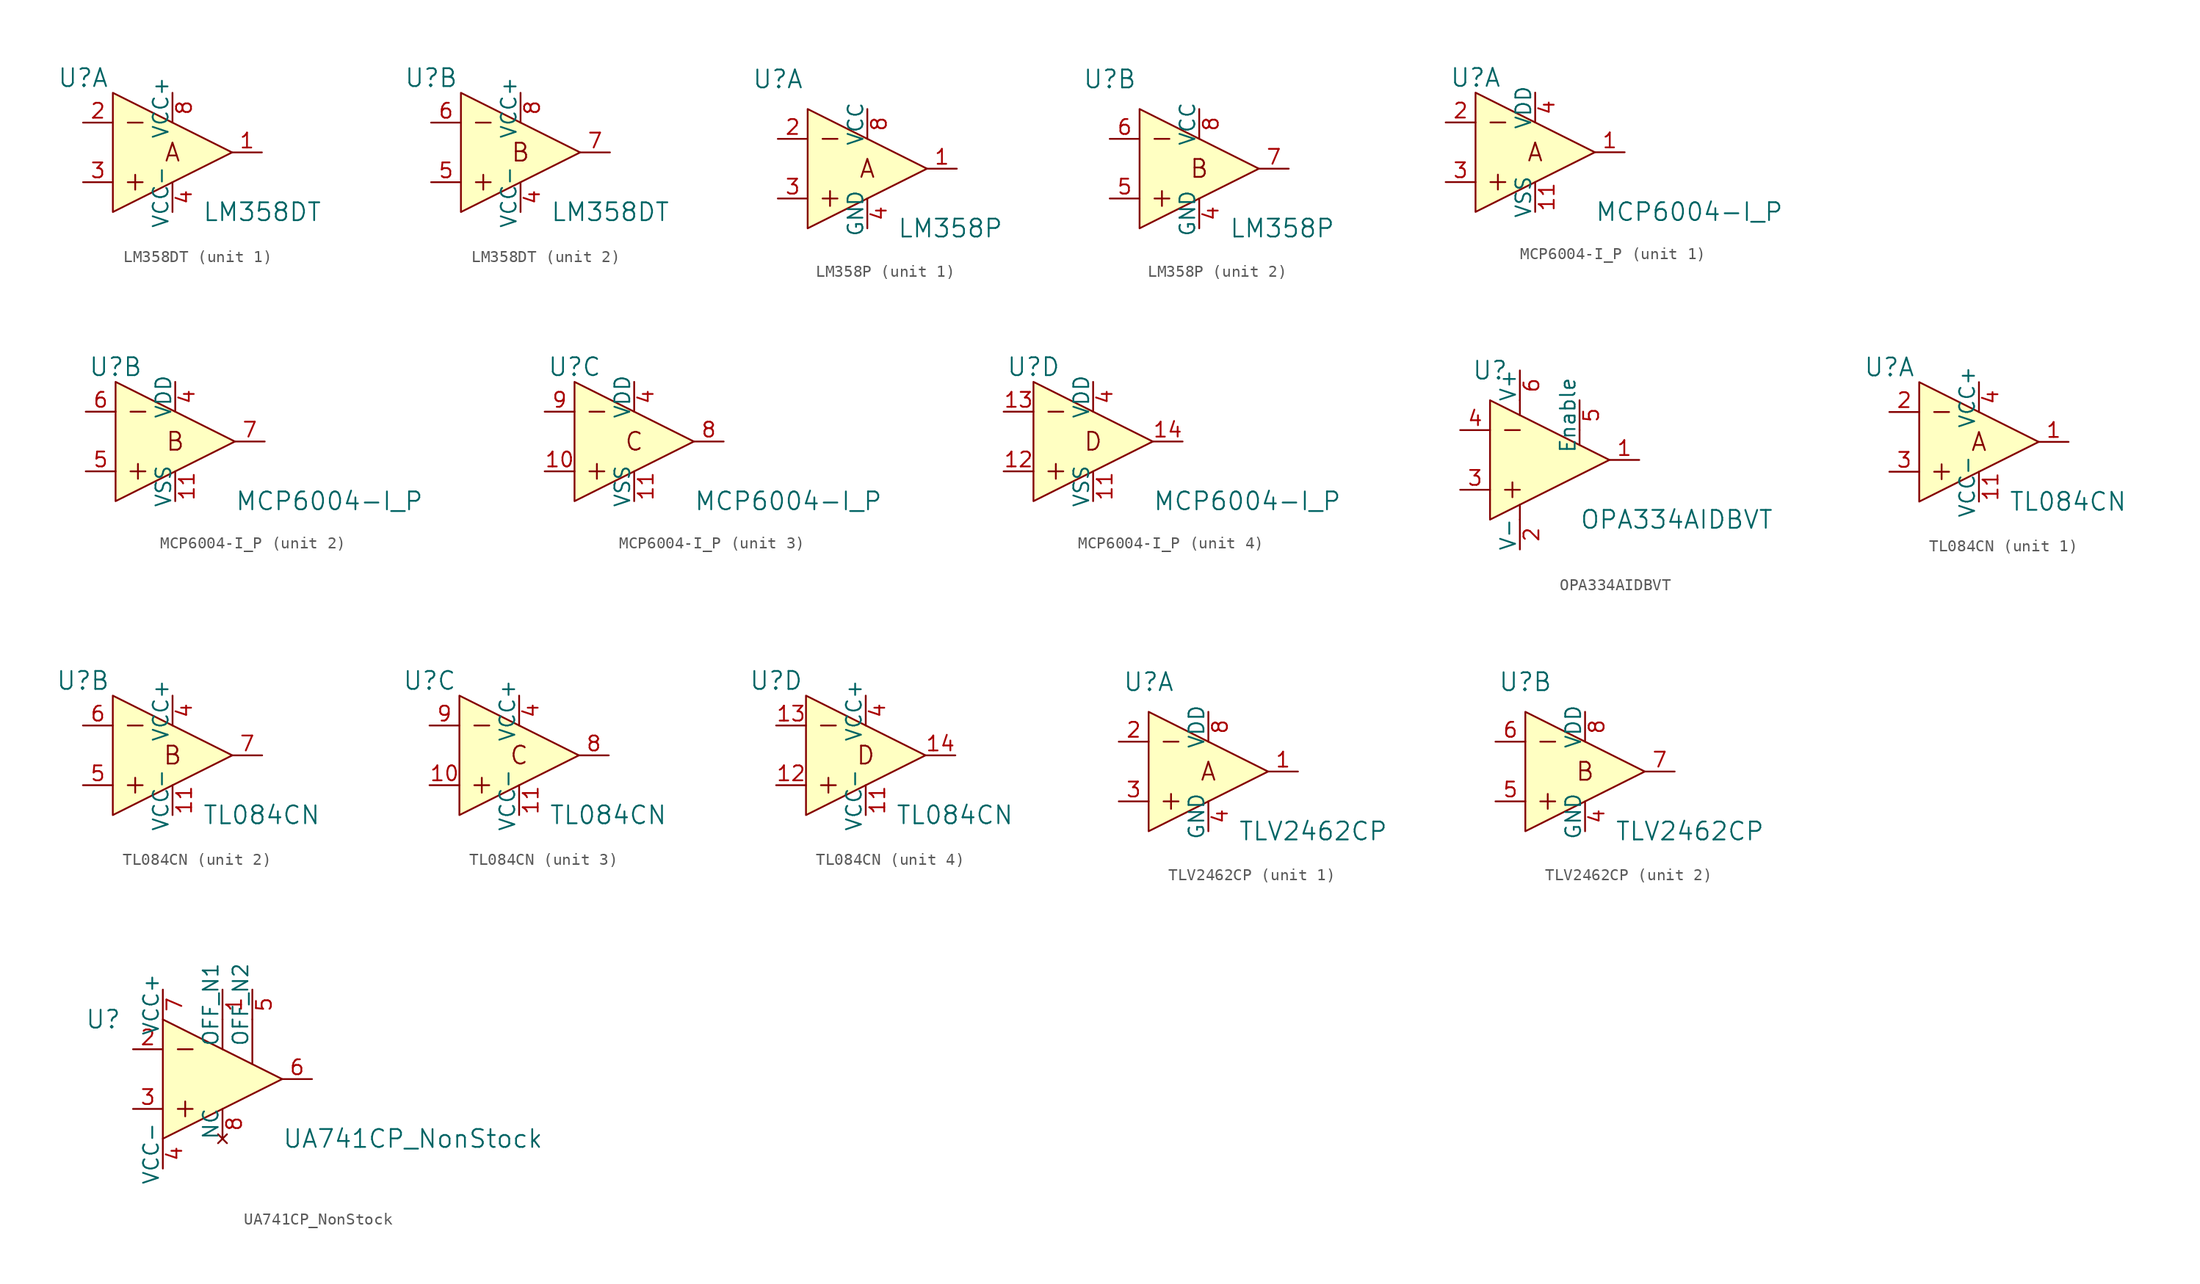
<source format=kicad_sym>
(kicad_symbol_lib
  (version 20211014)
  (generator kicad_symbol_editor)
  (symbol "LM358DT"
    (pin_names
      (offset 0))
    (property "Reference" "U"
      (at -7.62 6.35 0)
      (effects (font (size 1.524 1.524))))
    (property "Value" "LM358DT"
      (at 2.54 -5.08 0)
      (effects (font (size 1.524 1.524)) (justify left)))
    (property "ki_locked" ""
      (at 0 0 0)
      (effects (font (size 1.27 1.27))))
    (symbol "LM358DT_0_1"
      (polyline (pts (xy -3.81 -2.54) (xy -2.54 -2.54)) (stroke (width 0) (type default) (color 0 0 0 0)) (fill (type none)))
      (polyline (pts (xy -3.81 2.54) (xy -2.54 2.54)) (stroke (width 0) (type default) (color 0 0 0 0)) (fill (type none)))
      (polyline (pts (xy -3.175 -1.905) (xy -3.175 -3.175)) (stroke (width 0) (type default) (color 0 0 0 0)) (fill (type none)))
      (polyline (pts (xy -5.08 5.08) (xy -5.08 -5.08) (xy 5.08 0) (xy -5.08 5.08)) (stroke (width 0) (type default) (color 0 0 0 0)) (fill (type background))))
    (symbol "LM358DT_1_0"
      (text "A" (at 0 0 0) (effects (font (size 1.524 1.524)))))
    (symbol "LM358DT_1_1"
      (pin output line (at 7.62 0 180) (length 2.54) (name "~" (effects (font (size 1.27 1.27)))) (number "1" (effects (font (size 1.27 1.27)))))
      (pin input line (at -7.62 2.54 0) (length 2.54) (name "~" (effects (font (size 1.27 1.27)))) (number "2" (effects (font (size 1.27 1.27)))))
      (pin input line (at -7.62 -2.54 0) (length 2.54) (name "~" (effects (font (size 1.27 1.27)))) (number "3" (effects (font (size 1.27 1.27)))))
      (pin power_in line (at 0 -5.08 90) (length 2.54) (name "VCC-" (effects (font (size 1.27 1.27)))) (number "4" (effects (font (size 1.27 1.27)))))
      (pin power_in line (at 0 5.08 270) (length 2.54) (name "VCC+" (effects (font (size 1.27 1.27)))) (number "8" (effects (font (size 1.27 1.27))))))
    (symbol "LM358DT_2_0"
      (text "B" (at 0 0 0) (effects (font (size 1.524 1.524)))))
    (symbol "LM358DT_2_1"
      (pin power_in line (at 0 -5.08 90) (length 2.54) (name "VCC-" (effects (font (size 1.27 1.27)))) (number "4" (effects (font (size 1.27 1.27)))))
      (pin input line (at -7.62 -2.54 0) (length 2.54) (name "~" (effects (font (size 1.27 1.27)))) (number "5" (effects (font (size 1.27 1.27)))))
      (pin input line (at -7.62 2.54 0) (length 2.54) (name "~" (effects (font (size 1.27 1.27)))) (number "6" (effects (font (size 1.27 1.27)))))
      (pin output line (at 7.62 0 180) (length 2.54) (name "~" (effects (font (size 1.27 1.27)))) (number "7" (effects (font (size 1.27 1.27)))))
      (pin power_in line (at 0 5.08 270) (length 2.54) (name "VCC+" (effects (font (size 1.27 1.27)))) (number "8" (effects (font (size 1.27 1.27)))))))
  (symbol "LM358P"
    (pin_names
      (offset 0))
    (property "Reference" "U"
      (at -7.62 7.62 0)
      (effects (font (size 1.524 1.524))))
    (property "Value" "LM358P"
      (at 2.54 -5.08 0)
      (effects (font (size 1.524 1.524)) (justify left)))
    (property "ki_locked" ""
      (at 0 0 0)
      (effects (font (size 1.27 1.27))))
    (symbol "LM358P_0_1"
      (polyline (pts (xy -3.81 -2.54) (xy -2.54 -2.54)) (stroke (width 0) (type default) (color 0 0 0 0)) (fill (type none)))
      (polyline (pts (xy -3.81 2.54) (xy -2.54 2.54)) (stroke (width 0) (type default) (color 0 0 0 0)) (fill (type none)))
      (polyline (pts (xy -3.175 -1.905) (xy -3.175 -3.175)) (stroke (width 0) (type default) (color 0 0 0 0)) (fill (type none)))
      (polyline (pts (xy -5.08 5.08) (xy -5.08 -5.08) (xy 5.08 0) (xy -5.08 5.08)) (stroke (width 0) (type default) (color 0 0 0 0)) (fill (type background))))
    (symbol "LM358P_1_0"
      (text "A" (at 0 0 0) (effects (font (size 1.524 1.524)))))
    (symbol "LM358P_1_1"
      (pin output line (at 7.62 0 180) (length 2.54) (name "~" (effects (font (size 1.27 1.27)))) (number "1" (effects (font (size 1.27 1.27)))))
      (pin input line (at -7.62 2.54 0) (length 2.54) (name "~" (effects (font (size 1.27 1.27)))) (number "2" (effects (font (size 1.27 1.27)))))
      (pin input line (at -7.62 -2.54 0) (length 2.54) (name "~" (effects (font (size 1.27 1.27)))) (number "3" (effects (font (size 1.27 1.27)))))
      (pin power_in line (at 0 -5.08 90) (length 2.54) (name "GND" (effects (font (size 1.27 1.27)))) (number "4" (effects (font (size 1.27 1.27)))))
      (pin power_in line (at 0 5.08 270) (length 2.54) (name "VCC" (effects (font (size 1.27 1.27)))) (number "8" (effects (font (size 1.27 1.27))))))
    (symbol "LM358P_2_0"
      (text "B" (at 0 0 0) (effects (font (size 1.524 1.524)))))
    (symbol "LM358P_2_1"
      (pin power_in line (at 0 -5.08 90) (length 2.54) (name "GND" (effects (font (size 1.27 1.27)))) (number "4" (effects (font (size 1.27 1.27)))))
      (pin input line (at -7.62 -2.54 0) (length 2.54) (name "~" (effects (font (size 1.27 1.27)))) (number "5" (effects (font (size 1.27 1.27)))))
      (pin input line (at -7.62 2.54 0) (length 2.54) (name "~" (effects (font (size 1.27 1.27)))) (number "6" (effects (font (size 1.27 1.27)))))
      (pin output line (at 7.62 0 180) (length 2.54) (name "~" (effects (font (size 1.27 1.27)))) (number "7" (effects (font (size 1.27 1.27)))))
      (pin power_in line (at 0 5.08 270) (length 2.54) (name "VCC" (effects (font (size 1.27 1.27)))) (number "8" (effects (font (size 1.27 1.27)))))))
  (symbol "MCP6004-I_P"
    (pin_names
      (offset 0))
    (property "Reference" "U"
      (at -5.08 6.35 0)
      (effects (font (size 1.524 1.524))))
    (property "Value" "MCP6004-I_P"
      (at 5.08 -5.08 0)
      (effects (font (size 1.524 1.524)) (justify left)))
    (property "ki_locked" ""
      (at 0 0 0)
      (effects (font (size 1.27 1.27))))
    (symbol "MCP6004-I_P_0_0"
      (polyline (pts (xy -3.81 -2.54) (xy -2.54 -2.54)) (stroke (width 0) (type default) (color 0 0 0 0)) (fill (type none)))
      (polyline (pts (xy -3.81 2.54) (xy -2.54 2.54)) (stroke (width 0) (type default) (color 0 0 0 0)) (fill (type none)))
      (polyline (pts (xy -3.175 -1.905) (xy -3.175 -3.175)) (stroke (width 0) (type default) (color 0 0 0 0)) (fill (type none)))
      (polyline (pts (xy -5.08 5.08) (xy -5.08 -5.08) (xy 5.08 0) (xy -5.08 5.08)) (stroke (width 0) (type default) (color 0 0 0 0)) (fill (type background))))
    (symbol "MCP6004-I_P_1_0"
      (text "A" (at 0 0 0) (effects (font (size 1.524 1.524)))))
    (symbol "MCP6004-I_P_1_1"
      (pin output line (at 7.62 0 180) (length 2.54) (name "~" (effects (font (size 1.27 1.27)))) (number "1" (effects (font (size 1.27 1.27)))))
      (pin power_in line (at 0 -5.08 90) (length 2.54) (name "VSS" (effects (font (size 1.27 1.27)))) (number "11" (effects (font (size 1.27 1.27)))))
      (pin input line (at -7.62 2.54 0) (length 2.54) (name "~" (effects (font (size 1.27 1.27)))) (number "2" (effects (font (size 1.27 1.27)))))
      (pin input line (at -7.62 -2.54 0) (length 2.54) (name "~" (effects (font (size 1.27 1.27)))) (number "3" (effects (font (size 1.27 1.27)))))
      (pin power_in line (at 0 5.08 270) (length 2.54) (name "VDD" (effects (font (size 1.27 1.27)))) (number "4" (effects (font (size 1.27 1.27))))))
    (symbol "MCP6004-I_P_2_0"
      (text "B" (at 0 0 0) (effects (font (size 1.524 1.524)))))
    (symbol "MCP6004-I_P_2_1"
      (pin power_in line (at 0 -5.08 90) (length 2.54) (name "VSS" (effects (font (size 1.27 1.27)))) (number "11" (effects (font (size 1.27 1.27)))))
      (pin power_in line (at 0 5.08 270) (length 2.54) (name "VDD" (effects (font (size 1.27 1.27)))) (number "4" (effects (font (size 1.27 1.27)))))
      (pin input line (at -7.62 -2.54 0) (length 2.54) (name "~" (effects (font (size 1.27 1.27)))) (number "5" (effects (font (size 1.27 1.27)))))
      (pin input line (at -7.62 2.54 0) (length 2.54) (name "~" (effects (font (size 1.27 1.27)))) (number "6" (effects (font (size 1.27 1.27)))))
      (pin output line (at 7.62 0 180) (length 2.54) (name "~" (effects (font (size 1.27 1.27)))) (number "7" (effects (font (size 1.27 1.27))))))
    (symbol "MCP6004-I_P_3_0"
      (text "C" (at 0 0 0) (effects (font (size 1.524 1.524)))))
    (symbol "MCP6004-I_P_3_1"
      (pin input line (at -7.62 -2.54 0) (length 2.54) (name "~" (effects (font (size 1.27 1.27)))) (number "10" (effects (font (size 1.27 1.27)))))
      (pin power_in line (at 0 -5.08 90) (length 2.54) (name "VSS" (effects (font (size 1.27 1.27)))) (number "11" (effects (font (size 1.27 1.27)))))
      (pin power_in line (at 0 5.08 270) (length 2.54) (name "VDD" (effects (font (size 1.27 1.27)))) (number "4" (effects (font (size 1.27 1.27)))))
      (pin output line (at 7.62 0 180) (length 2.54) (name "~" (effects (font (size 1.27 1.27)))) (number "8" (effects (font (size 1.27 1.27)))))
      (pin input line (at -7.62 2.54 0) (length 2.54) (name "~" (effects (font (size 1.27 1.27)))) (number "9" (effects (font (size 1.27 1.27))))))
    (symbol "MCP6004-I_P_4_0"
      (text "D" (at 0 0 0) (effects (font (size 1.524 1.524)))))
    (symbol "MCP6004-I_P_4_1"
      (pin power_in line (at 0 -5.08 90) (length 2.54) (name "VSS" (effects (font (size 1.27 1.27)))) (number "11" (effects (font (size 1.27 1.27)))))
      (pin input line (at -7.62 -2.54 0) (length 2.54) (name "~" (effects (font (size 1.27 1.27)))) (number "12" (effects (font (size 1.27 1.27)))))
      (pin input line (at -7.62 2.54 0) (length 2.54) (name "~" (effects (font (size 1.27 1.27)))) (number "13" (effects (font (size 1.27 1.27)))))
      (pin output line (at 7.62 0 180) (length 2.54) (name "~" (effects (font (size 1.27 1.27)))) (number "14" (effects (font (size 1.27 1.27)))))
      (pin power_in line (at 0 5.08 270) (length 2.54) (name "VDD" (effects (font (size 1.27 1.27)))) (number "4" (effects (font (size 1.27 1.27)))))))
  (symbol "OPA334AIDBVT"
    (pin_names
      (offset 0))
    (property "Reference" "U"
      (at -5.08 7.62 0)
      (effects (font (size 1.524 1.524))))
    (property "Value" "OPA334AIDBVT"
      (at 2.54 -5.08 0)
      (effects (font (size 1.524 1.524)) (justify left)))
    (symbol "OPA334AIDBVT_0_0"
      (polyline (pts (xy -3.81 -2.54) (xy -2.54 -2.54)) (stroke (width 0) (type default) (color 0 0 0 0)) (fill (type none)))
      (polyline (pts (xy -3.81 2.54) (xy -2.54 2.54)) (stroke (width 0) (type default) (color 0 0 0 0)) (fill (type none)))
      (polyline (pts (xy -3.175 -1.905) (xy -3.175 -3.175)) (stroke (width 0) (type default) (color 0 0 0 0)) (fill (type none)))
      (polyline (pts (xy -2.54 -5.08) (xy -2.54 -3.81)) (stroke (width 0) (type default) (color 0 0 0 0)) (fill (type none)))
      (polyline (pts (xy -5.08 5.08) (xy -5.08 -5.08) (xy 5.08 0) (xy -5.08 5.08)) (stroke (width 0) (type default) (color 0 0 0 0)) (fill (type background))))
    (symbol "OPA334AIDBVT_1_0"
      (polyline (pts (xy -2.54 5.08) (xy -2.54 3.81)) (stroke (width 0) (type default) (color 0 0 0 0)) (fill (type none)))
      (polyline (pts (xy 2.54 2.54) (xy 2.54 1.27)) (stroke (width 0) (type default) (color 0 0 0 0)) (fill (type none))))
    (symbol "OPA334AIDBVT_1_1"
      (pin output line (at 7.62 0 180) (length 2.54) (name "~" (effects (font (size 1.27 1.27)))) (number "1" (effects (font (size 1.27 1.27)))))
      (pin power_in line (at -2.54 -7.62 90) (length 2.54) (name "V-" (effects (font (size 1.27 1.27)))) (number "2" (effects (font (size 1.27 1.27)))))
      (pin input line (at -7.62 -2.54 0) (length 2.54) (name "~" (effects (font (size 1.27 1.27)))) (number "3" (effects (font (size 1.27 1.27)))))
      (pin input line (at -7.62 2.54 0) (length 2.54) (name "~" (effects (font (size 1.27 1.27)))) (number "4" (effects (font (size 1.27 1.27)))))
      (pin input line (at 2.54 5.08 270) (length 2.54) (name "Enable" (effects (font (size 1.27 1.27)))) (number "5" (effects (font (size 1.27 1.27)))))
      (pin power_in line (at -2.54 7.62 270) (length 2.54) (name "V+" (effects (font (size 1.27 1.27)))) (number "6" (effects (font (size 1.27 1.27)))))))
  (symbol "TL084CN"
    (pin_names
      (offset 0))
    (property "Reference" "U"
      (at -7.62 6.35 0)
      (effects (font (size 1.524 1.524))))
    (property "Value" "TL084CN"
      (at 2.54 -5.08 0)
      (effects (font (size 1.524 1.524)) (justify left)))
    (property "ki_locked" ""
      (at 0 0 0)
      (effects (font (size 1.27 1.27))))
    (symbol "TL084CN_0_1"
      (polyline (pts (xy -3.81 -2.54) (xy -2.54 -2.54)) (stroke (width 0) (type default) (color 0 0 0 0)) (fill (type none)))
      (polyline (pts (xy -3.81 2.54) (xy -2.54 2.54)) (stroke (width 0) (type default) (color 0 0 0 0)) (fill (type none)))
      (polyline (pts (xy -3.175 -1.905) (xy -3.175 -3.175)) (stroke (width 0) (type default) (color 0 0 0 0)) (fill (type none)))
      (polyline (pts (xy -5.08 5.08) (xy -5.08 -5.08) (xy 5.08 0) (xy -5.08 5.08)) (stroke (width 0) (type default) (color 0 0 0 0)) (fill (type background))))
    (symbol "TL084CN_1_0"
      (text "A" (at 0 0 0) (effects (font (size 1.524 1.524)))))
    (symbol "TL084CN_1_1"
      (pin output line (at 7.62 0 180) (length 2.54) (name "~" (effects (font (size 1.27 1.27)))) (number "1" (effects (font (size 1.27 1.27)))))
      (pin power_in line (at 0 -5.08 90) (length 2.54) (name "VCC-" (effects (font (size 1.27 1.27)))) (number "11" (effects (font (size 1.27 1.27)))))
      (pin input line (at -7.62 2.54 0) (length 2.54) (name "~" (effects (font (size 1.27 1.27)))) (number "2" (effects (font (size 1.27 1.27)))))
      (pin input line (at -7.62 -2.54 0) (length 2.54) (name "~" (effects (font (size 1.27 1.27)))) (number "3" (effects (font (size 1.27 1.27)))))
      (pin power_in line (at 0 5.08 270) (length 2.54) (name "VCC+" (effects (font (size 1.27 1.27)))) (number "4" (effects (font (size 1.27 1.27))))))
    (symbol "TL084CN_2_0"
      (text "B" (at 0 0 0) (effects (font (size 1.524 1.524)))))
    (symbol "TL084CN_2_1"
      (pin power_in line (at 0 -5.08 90) (length 2.54) (name "VCC-" (effects (font (size 1.27 1.27)))) (number "11" (effects (font (size 1.27 1.27)))))
      (pin power_in line (at 0 5.08 270) (length 2.54) (name "VCC+" (effects (font (size 1.27 1.27)))) (number "4" (effects (font (size 1.27 1.27)))))
      (pin input line (at -7.62 -2.54 0) (length 2.54) (name "~" (effects (font (size 1.27 1.27)))) (number "5" (effects (font (size 1.27 1.27)))))
      (pin input line (at -7.62 2.54 0) (length 2.54) (name "~" (effects (font (size 1.27 1.27)))) (number "6" (effects (font (size 1.27 1.27)))))
      (pin output line (at 7.62 0 180) (length 2.54) (name "~" (effects (font (size 1.27 1.27)))) (number "7" (effects (font (size 1.27 1.27))))))
    (symbol "TL084CN_3_0"
      (text "C" (at 0 0 0) (effects (font (size 1.524 1.524)))))
    (symbol "TL084CN_3_1"
      (pin input line (at -7.62 -2.54 0) (length 2.54) (name "~" (effects (font (size 1.27 1.27)))) (number "10" (effects (font (size 1.27 1.27)))))
      (pin power_in line (at 0 -5.08 90) (length 2.54) (name "VCC-" (effects (font (size 1.27 1.27)))) (number "11" (effects (font (size 1.27 1.27)))))
      (pin power_in line (at 0 5.08 270) (length 2.54) (name "VCC+" (effects (font (size 1.27 1.27)))) (number "4" (effects (font (size 1.27 1.27)))))
      (pin output line (at 7.62 0 180) (length 2.54) (name "~" (effects (font (size 1.27 1.27)))) (number "8" (effects (font (size 1.27 1.27)))))
      (pin input line (at -7.62 2.54 0) (length 2.54) (name "~" (effects (font (size 1.27 1.27)))) (number "9" (effects (font (size 1.27 1.27))))))
    (symbol "TL084CN_4_0"
      (text "D" (at 0 0 0) (effects (font (size 1.524 1.524)))))
    (symbol "TL084CN_4_1"
      (pin power_in line (at 0 -5.08 90) (length 2.54) (name "VCC-" (effects (font (size 1.27 1.27)))) (number "11" (effects (font (size 1.27 1.27)))))
      (pin input line (at -7.62 -2.54 0) (length 2.54) (name "~" (effects (font (size 1.27 1.27)))) (number "12" (effects (font (size 1.27 1.27)))))
      (pin input line (at -7.62 2.54 0) (length 2.54) (name "~" (effects (font (size 1.27 1.27)))) (number "13" (effects (font (size 1.27 1.27)))))
      (pin output line (at 7.62 0 180) (length 2.54) (name "~" (effects (font (size 1.27 1.27)))) (number "14" (effects (font (size 1.27 1.27)))))
      (pin power_in line (at 0 5.08 270) (length 2.54) (name "VCC+" (effects (font (size 1.27 1.27)))) (number "4" (effects (font (size 1.27 1.27)))))))
  (symbol "TLV2462CP"
    (pin_names
      (offset 0))
    (property "Reference" "U"
      (at -5.08 7.62 0)
      (effects (font (size 1.524 1.524))))
    (property "Value" "TLV2462CP"
      (at 2.54 -5.08 0)
      (effects (font (size 1.524 1.524)) (justify left)))
    (property "ki_locked" ""
      (at 0 0 0)
      (effects (font (size 1.27 1.27))))
    (symbol "TLV2462CP_0_0"
      (polyline (pts (xy -3.81 -2.54) (xy -2.54 -2.54)) (stroke (width 0) (type default) (color 0 0 0 0)) (fill (type none)))
      (polyline (pts (xy -3.81 2.54) (xy -2.54 2.54)) (stroke (width 0) (type default) (color 0 0 0 0)) (fill (type none)))
      (polyline (pts (xy -3.175 -1.905) (xy -3.175 -3.175)) (stroke (width 0) (type default) (color 0 0 0 0)) (fill (type none)))
      (polyline (pts (xy -5.08 5.08) (xy -5.08 -5.08) (xy 5.08 0) (xy -5.08 5.08)) (stroke (width 0) (type default) (color 0 0 0 0)) (fill (type background))))
    (symbol "TLV2462CP_1_0"
      (text "A" (at 0 0 0) (effects (font (size 1.524 1.524)))))
    (symbol "TLV2462CP_1_1"
      (pin output line (at 7.62 0 180) (length 2.54) (name "~" (effects (font (size 1.27 1.27)))) (number "1" (effects (font (size 1.27 1.27)))))
      (pin input line (at -7.62 2.54 0) (length 2.54) (name "~" (effects (font (size 1.27 1.27)))) (number "2" (effects (font (size 1.27 1.27)))))
      (pin input line (at -7.62 -2.54 0) (length 2.54) (name "~" (effects (font (size 1.27 1.27)))) (number "3" (effects (font (size 1.27 1.27)))))
      (pin power_in line (at 0 -5.08 90) (length 2.54) (name "GND" (effects (font (size 1.27 1.27)))) (number "4" (effects (font (size 1.27 1.27)))))
      (pin power_in line (at 0 5.08 270) (length 2.54) (name "VDD" (effects (font (size 1.27 1.27)))) (number "8" (effects (font (size 1.27 1.27))))))
    (symbol "TLV2462CP_2_0"
      (text "B" (at 0 0 0) (effects (font (size 1.524 1.524)))))
    (symbol "TLV2462CP_2_1"
      (pin power_in line (at 0 -5.08 90) (length 2.54) (name "GND" (effects (font (size 1.27 1.27)))) (number "4" (effects (font (size 1.27 1.27)))))
      (pin input line (at -7.62 -2.54 0) (length 2.54) (name "~" (effects (font (size 1.27 1.27)))) (number "5" (effects (font (size 1.27 1.27)))))
      (pin input line (at -7.62 2.54 0) (length 2.54) (name "~" (effects (font (size 1.27 1.27)))) (number "6" (effects (font (size 1.27 1.27)))))
      (pin output line (at 7.62 0 180) (length 2.54) (name "~" (effects (font (size 1.27 1.27)))) (number "7" (effects (font (size 1.27 1.27)))))
      (pin power_in line (at 0 5.08 270) (length 2.54) (name "VDD" (effects (font (size 1.27 1.27)))) (number "8" (effects (font (size 1.27 1.27)))))))
  (symbol "UA741CP_NonStock"
    (pin_names
      (offset 0))
    (property "Reference" "U"
      (at -10.16 5.08 0)
      (effects (font (size 1.524 1.524))))
    (property "Value" "UA741CP_NonStock"
      (at 5.08 -5.08 0)
      (effects (font (size 1.524 1.524)) (justify left)))
    (symbol "UA741CP_NonStock_1_0"
      (polyline (pts (xy -3.81 -2.54) (xy -2.54 -2.54)) (stroke (width 0) (type default) (color 0 0 0 0)) (fill (type none)))
      (polyline (pts (xy -3.81 2.54) (xy -2.54 2.54)) (stroke (width 0) (type default) (color 0 0 0 0)) (fill (type none)))
      (polyline (pts (xy -3.175 -1.905) (xy -3.175 -3.175)) (stroke (width 0) (type default) (color 0 0 0 0)) (fill (type none)))
      (polyline (pts (xy 0 5.08) (xy 0 2.54)) (stroke (width 0) (type default) (color 0 0 0 0)) (fill (type none)))
      (polyline (pts (xy 2.54 5.08) (xy 2.54 1.27)) (stroke (width 0) (type default) (color 0 0 0 0)) (fill (type none)))
      (polyline (pts (xy -5.08 5.08) (xy -5.08 -5.08) (xy 5.08 0) (xy -5.08 5.08)) (stroke (width 0) (type default) (color 0 0 0 0)) (fill (type background))))
    (symbol "UA741CP_NonStock_1_1"
      (pin input line (at 0 7.62 270) (length 2.54) (name "OFF_N1" (effects (font (size 1.27 1.27)))) (number "1" (effects (font (size 1.27 1.27)))))
      (pin input line (at -7.62 2.54 0) (length 2.54) (name "~" (effects (font (size 1.27 1.27)))) (number "2" (effects (font (size 1.27 1.27)))))
      (pin input line (at -7.62 -2.54 0) (length 2.54) (name "~" (effects (font (size 1.27 1.27)))) (number "3" (effects (font (size 1.27 1.27)))))
      (pin power_in line (at -5.08 -7.62 90) (length 2.54) (name "VCC-" (effects (font (size 1.27 1.27)))) (number "4" (effects (font (size 1.27 1.27)))))
      (pin input line (at 2.54 7.62 270) (length 2.54) (name "OFF_N2" (effects (font (size 1.27 1.27)))) (number "5" (effects (font (size 1.27 1.27)))))
      (pin output line (at 7.62 0 180) (length 2.54) (name "~" (effects (font (size 1.27 1.27)))) (number "6" (effects (font (size 1.27 1.27)))))
      (pin power_in line (at -5.08 7.62 270) (length 2.54) (name "VCC+" (effects (font (size 1.27 1.27)))) (number "7" (effects (font (size 1.27 1.27)))))
      (pin no_connect line (at 0 -5.08 90) (length 2.54) (name "NC" (effects (font (size 1.27 1.27)))) (number "8" (effects (font (size 1.27 1.27))))))))
</source>
